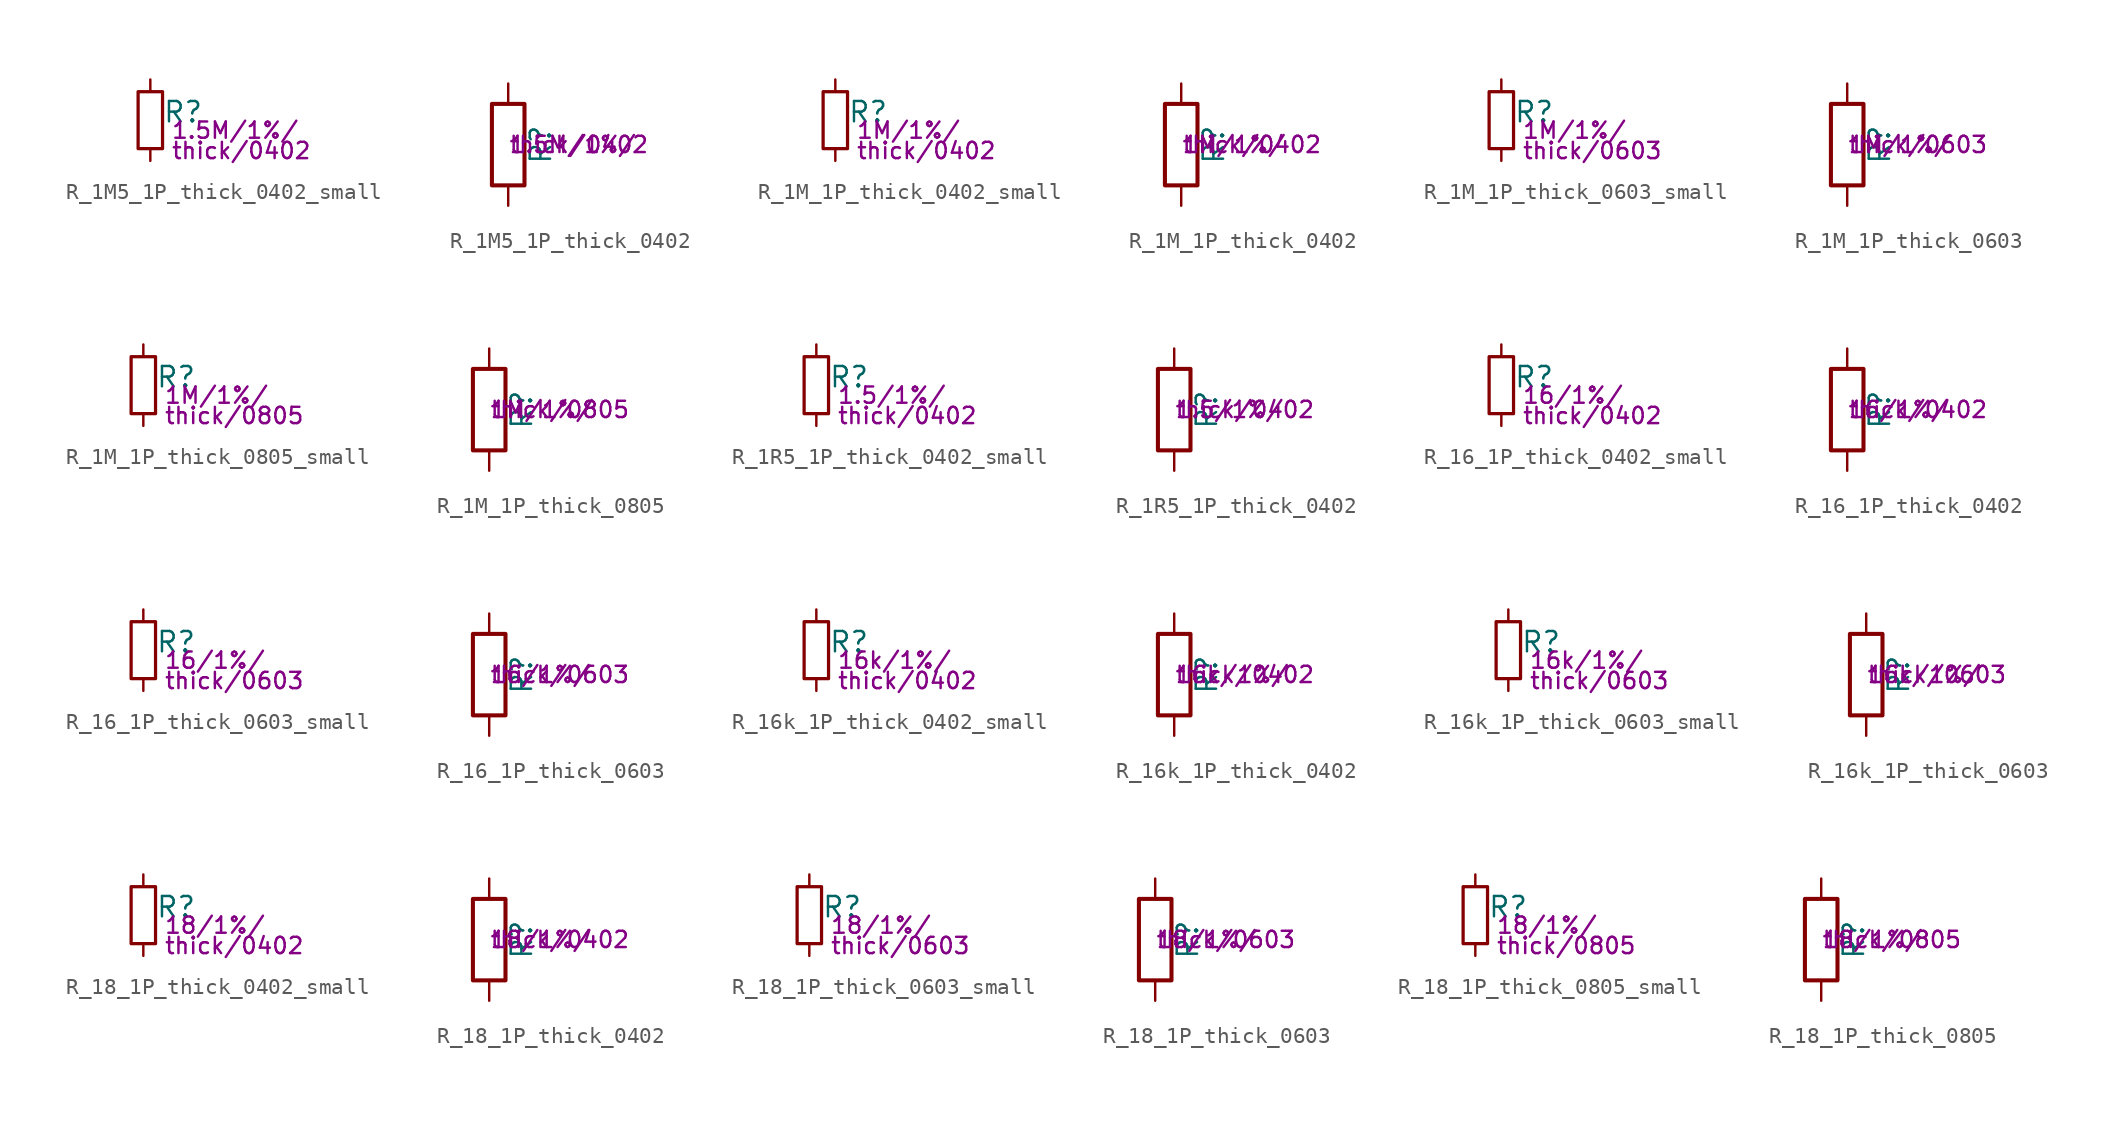
<source format=kicad_sym>
(kicad_symbol_lib
  (version 20211014)
  (generator kicad_symbol_editor)
  (symbol "R_1M5_1P_thick_0402_small"
    (pin_numbers hide)
    (pin_names
      (offset 0.254) hide)
    (property "Reference" "R"
      (at 0.762 0.508 0)
      (effects (font (size 1.27 1.27)) (justify left)))
    (property "Params" "1.5M/1%/"
      (at 1.27 -0.635 0)
      (effects (font (size 1.016 1.016)) (justify left)))
    (property "Params2" "thick/0402"
      (at 1.27 -1.905 0)
      (effects (font (size 1.016 1.016)) (justify left)))
    (symbol "R_1M5_1P_thick_0402_small_0_1"
      (rectangle (start -0.762 1.778) (end 0.762 -1.778) (stroke (width 0.203) (type default) (color 0 0 0 0)) (fill (type none))))
    (symbol "R_1M5_1P_thick_0402_small_1_1"
      (pin passive line (at 0 2.54 270) (length 0.762) (name "~" (effects (font (size 1.27 1.27)))) (number "1" (effects (font (size 1.27 1.27)))))
      (pin passive line (at 0 -2.54 90) (length 0.762) (name "~" (effects (font (size 1.27 1.27)))) (number "2" (effects (font (size 1.27 1.27)))))))
  (symbol "R_1M5_1P_thick_0402"
    (pin_numbers hide)
    (pin_names
      (offset 0))
    (property "Reference" "R"
      (at 2.032 0 90)
      (effects (font (size 1.27 1.27))))
    (property "Params" "1.5M/1%/"
      (at 0 0 0)
      (effects (font (size 1.016 1.016)) (justify left)))
    (property "Params2" "thick/0402"
      (at 0 0 0)
      (effects (font (size 1.016 1.016)) (justify left)))
    (symbol "R_1M5_1P_thick_0402_0_1"
      (rectangle (start -1.016 -2.54) (end 1.016 2.54) (stroke (width 0.254) (type default) (color 0 0 0 0)) (fill (type none))))
    (symbol "R_1M5_1P_thick_0402_1_1"
      (pin passive line (at 0 3.81 270) (length 1.27) (name "~" (effects (font (size 1.27 1.27)))) (number "1" (effects (font (size 1.27 1.27)))))
      (pin passive line (at 0 -3.81 90) (length 1.27) (name "~" (effects (font (size 1.27 1.27)))) (number "2" (effects (font (size 1.27 1.27)))))))
  (symbol "R_1M_1P_thick_0402_small"
    (pin_numbers hide)
    (pin_names
      (offset 0.254) hide)
    (property "Reference" "R"
      (at 0.762 0.508 0)
      (effects (font (size 1.27 1.27)) (justify left)))
    (property "Params" "1M/1%/"
      (at 1.27 -0.635 0)
      (effects (font (size 1.016 1.016)) (justify left)))
    (property "Params2" "thick/0402"
      (at 1.27 -1.905 0)
      (effects (font (size 1.016 1.016)) (justify left)))
    (symbol "R_1M_1P_thick_0402_small_0_1"
      (rectangle (start -0.762 1.778) (end 0.762 -1.778) (stroke (width 0.203) (type default) (color 0 0 0 0)) (fill (type none))))
    (symbol "R_1M_1P_thick_0402_small_1_1"
      (pin passive line (at 0 2.54 270) (length 0.762) (name "~" (effects (font (size 1.27 1.27)))) (number "1" (effects (font (size 1.27 1.27)))))
      (pin passive line (at 0 -2.54 90) (length 0.762) (name "~" (effects (font (size 1.27 1.27)))) (number "2" (effects (font (size 1.27 1.27)))))))
  (symbol "R_1M_1P_thick_0402"
    (pin_numbers hide)
    (pin_names
      (offset 0))
    (property "Reference" "R"
      (at 2.032 0 90)
      (effects (font (size 1.27 1.27))))
    (property "Params" "1M/1%/"
      (at 0 0 0)
      (effects (font (size 1.016 1.016)) (justify left)))
    (property "Params2" "thick/0402"
      (at 0 0 0)
      (effects (font (size 1.016 1.016)) (justify left)))
    (symbol "R_1M_1P_thick_0402_0_1"
      (rectangle (start -1.016 -2.54) (end 1.016 2.54) (stroke (width 0.254) (type default) (color 0 0 0 0)) (fill (type none))))
    (symbol "R_1M_1P_thick_0402_1_1"
      (pin passive line (at 0 3.81 270) (length 1.27) (name "~" (effects (font (size 1.27 1.27)))) (number "1" (effects (font (size 1.27 1.27)))))
      (pin passive line (at 0 -3.81 90) (length 1.27) (name "~" (effects (font (size 1.27 1.27)))) (number "2" (effects (font (size 1.27 1.27)))))))
  (symbol "R_1M_1P_thick_0603_small"
    (pin_numbers hide)
    (pin_names
      (offset 0.254) hide)
    (property "Reference" "R"
      (at 0.762 0.508 0)
      (effects (font (size 1.27 1.27)) (justify left)))
    (property "Params" "1M/1%/"
      (at 1.27 -0.635 0)
      (effects (font (size 1.016 1.016)) (justify left)))
    (property "Params2" "thick/0603"
      (at 1.27 -1.905 0)
      (effects (font (size 1.016 1.016)) (justify left)))
    (symbol "R_1M_1P_thick_0603_small_0_1"
      (rectangle (start -0.762 1.778) (end 0.762 -1.778) (stroke (width 0.203) (type default) (color 0 0 0 0)) (fill (type none))))
    (symbol "R_1M_1P_thick_0603_small_1_1"
      (pin passive line (at 0 2.54 270) (length 0.762) (name "~" (effects (font (size 1.27 1.27)))) (number "1" (effects (font (size 1.27 1.27)))))
      (pin passive line (at 0 -2.54 90) (length 0.762) (name "~" (effects (font (size 1.27 1.27)))) (number "2" (effects (font (size 1.27 1.27)))))))
  (symbol "R_1M_1P_thick_0603"
    (pin_numbers hide)
    (pin_names
      (offset 0))
    (property "Reference" "R"
      (at 2.032 0 90)
      (effects (font (size 1.27 1.27))))
    (property "Params" "1M/1%/"
      (at 0 0 0)
      (effects (font (size 1.016 1.016)) (justify left)))
    (property "Params2" "thick/0603"
      (at 0 0 0)
      (effects (font (size 1.016 1.016)) (justify left)))
    (symbol "R_1M_1P_thick_0603_0_1"
      (rectangle (start -1.016 -2.54) (end 1.016 2.54) (stroke (width 0.254) (type default) (color 0 0 0 0)) (fill (type none))))
    (symbol "R_1M_1P_thick_0603_1_1"
      (pin passive line (at 0 3.81 270) (length 1.27) (name "~" (effects (font (size 1.27 1.27)))) (number "1" (effects (font (size 1.27 1.27)))))
      (pin passive line (at 0 -3.81 90) (length 1.27) (name "~" (effects (font (size 1.27 1.27)))) (number "2" (effects (font (size 1.27 1.27)))))))
  (symbol "R_1M_1P_thick_0805_small"
    (pin_numbers hide)
    (pin_names
      (offset 0.254) hide)
    (property "Reference" "R"
      (at 0.762 0.508 0)
      (effects (font (size 1.27 1.27)) (justify left)))
    (property "Params" "1M/1%/"
      (at 1.27 -0.635 0)
      (effects (font (size 1.016 1.016)) (justify left)))
    (property "Params2" "thick/0805"
      (at 1.27 -1.905 0)
      (effects (font (size 1.016 1.016)) (justify left)))
    (symbol "R_1M_1P_thick_0805_small_0_1"
      (rectangle (start -0.762 1.778) (end 0.762 -1.778) (stroke (width 0.203) (type default) (color 0 0 0 0)) (fill (type none))))
    (symbol "R_1M_1P_thick_0805_small_1_1"
      (pin passive line (at 0 2.54 270) (length 0.762) (name "~" (effects (font (size 1.27 1.27)))) (number "1" (effects (font (size 1.27 1.27)))))
      (pin passive line (at 0 -2.54 90) (length 0.762) (name "~" (effects (font (size 1.27 1.27)))) (number "2" (effects (font (size 1.27 1.27)))))))
  (symbol "R_1M_1P_thick_0805"
    (pin_numbers hide)
    (pin_names
      (offset 0))
    (property "Reference" "R"
      (at 2.032 0 90)
      (effects (font (size 1.27 1.27))))
    (property "Params" "1M/1%/"
      (at 0 0 0)
      (effects (font (size 1.016 1.016)) (justify left)))
    (property "Params2" "thick/0805"
      (at 0 0 0)
      (effects (font (size 1.016 1.016)) (justify left)))
    (symbol "R_1M_1P_thick_0805_0_1"
      (rectangle (start -1.016 -2.54) (end 1.016 2.54) (stroke (width 0.254) (type default) (color 0 0 0 0)) (fill (type none))))
    (symbol "R_1M_1P_thick_0805_1_1"
      (pin passive line (at 0 3.81 270) (length 1.27) (name "~" (effects (font (size 1.27 1.27)))) (number "1" (effects (font (size 1.27 1.27)))))
      (pin passive line (at 0 -3.81 90) (length 1.27) (name "~" (effects (font (size 1.27 1.27)))) (number "2" (effects (font (size 1.27 1.27)))))))
  (symbol "R_1R5_1P_thick_0402_small"
    (pin_numbers hide)
    (pin_names
      (offset 0.254) hide)
    (property "Reference" "R"
      (at 0.762 0.508 0)
      (effects (font (size 1.27 1.27)) (justify left)))
    (property "Params" "1.5/1%/"
      (at 1.27 -0.635 0)
      (effects (font (size 1.016 1.016)) (justify left)))
    (property "Params2" "thick/0402"
      (at 1.27 -1.905 0)
      (effects (font (size 1.016 1.016)) (justify left)))
    (symbol "R_1R5_1P_thick_0402_small_0_1"
      (rectangle (start -0.762 1.778) (end 0.762 -1.778) (stroke (width 0.203) (type default) (color 0 0 0 0)) (fill (type none))))
    (symbol "R_1R5_1P_thick_0402_small_1_1"
      (pin passive line (at 0 2.54 270) (length 0.762) (name "~" (effects (font (size 1.27 1.27)))) (number "1" (effects (font (size 1.27 1.27)))))
      (pin passive line (at 0 -2.54 90) (length 0.762) (name "~" (effects (font (size 1.27 1.27)))) (number "2" (effects (font (size 1.27 1.27)))))))
  (symbol "R_1R5_1P_thick_0402"
    (pin_numbers hide)
    (pin_names
      (offset 0))
    (property "Reference" "R"
      (at 2.032 0 90)
      (effects (font (size 1.27 1.27))))
    (property "Params" "1.5/1%/"
      (at 0 0 0)
      (effects (font (size 1.016 1.016)) (justify left)))
    (property "Params2" "thick/0402"
      (at 0 0 0)
      (effects (font (size 1.016 1.016)) (justify left)))
    (symbol "R_1R5_1P_thick_0402_0_1"
      (rectangle (start -1.016 -2.54) (end 1.016 2.54) (stroke (width 0.254) (type default) (color 0 0 0 0)) (fill (type none))))
    (symbol "R_1R5_1P_thick_0402_1_1"
      (pin passive line (at 0 3.81 270) (length 1.27) (name "~" (effects (font (size 1.27 1.27)))) (number "1" (effects (font (size 1.27 1.27)))))
      (pin passive line (at 0 -3.81 90) (length 1.27) (name "~" (effects (font (size 1.27 1.27)))) (number "2" (effects (font (size 1.27 1.27)))))))
  (symbol "R_16_1P_thick_0402_small"
    (pin_numbers hide)
    (pin_names
      (offset 0.254) hide)
    (property "Reference" "R"
      (at 0.762 0.508 0)
      (effects (font (size 1.27 1.27)) (justify left)))
    (property "Params" "16/1%/"
      (at 1.27 -0.635 0)
      (effects (font (size 1.016 1.016)) (justify left)))
    (property "Params2" "thick/0402"
      (at 1.27 -1.905 0)
      (effects (font (size 1.016 1.016)) (justify left)))
    (symbol "R_16_1P_thick_0402_small_0_1"
      (rectangle (start -0.762 1.778) (end 0.762 -1.778) (stroke (width 0.203) (type default) (color 0 0 0 0)) (fill (type none))))
    (symbol "R_16_1P_thick_0402_small_1_1"
      (pin passive line (at 0 2.54 270) (length 0.762) (name "~" (effects (font (size 1.27 1.27)))) (number "1" (effects (font (size 1.27 1.27)))))
      (pin passive line (at 0 -2.54 90) (length 0.762) (name "~" (effects (font (size 1.27 1.27)))) (number "2" (effects (font (size 1.27 1.27)))))))
  (symbol "R_16_1P_thick_0402"
    (pin_numbers hide)
    (pin_names
      (offset 0))
    (property "Reference" "R"
      (at 2.032 0 90)
      (effects (font (size 1.27 1.27))))
    (property "Params" "16/1%/"
      (at 0 0 0)
      (effects (font (size 1.016 1.016)) (justify left)))
    (property "Params2" "thick/0402"
      (at 0 0 0)
      (effects (font (size 1.016 1.016)) (justify left)))
    (symbol "R_16_1P_thick_0402_0_1"
      (rectangle (start -1.016 -2.54) (end 1.016 2.54) (stroke (width 0.254) (type default) (color 0 0 0 0)) (fill (type none))))
    (symbol "R_16_1P_thick_0402_1_1"
      (pin passive line (at 0 3.81 270) (length 1.27) (name "~" (effects (font (size 1.27 1.27)))) (number "1" (effects (font (size 1.27 1.27)))))
      (pin passive line (at 0 -3.81 90) (length 1.27) (name "~" (effects (font (size 1.27 1.27)))) (number "2" (effects (font (size 1.27 1.27)))))))
  (symbol "R_16_1P_thick_0603_small"
    (pin_numbers hide)
    (pin_names
      (offset 0.254) hide)
    (property "Reference" "R"
      (at 0.762 0.508 0)
      (effects (font (size 1.27 1.27)) (justify left)))
    (property "Params" "16/1%/"
      (at 1.27 -0.635 0)
      (effects (font (size 1.016 1.016)) (justify left)))
    (property "Params2" "thick/0603"
      (at 1.27 -1.905 0)
      (effects (font (size 1.016 1.016)) (justify left)))
    (symbol "R_16_1P_thick_0603_small_0_1"
      (rectangle (start -0.762 1.778) (end 0.762 -1.778) (stroke (width 0.203) (type default) (color 0 0 0 0)) (fill (type none))))
    (symbol "R_16_1P_thick_0603_small_1_1"
      (pin passive line (at 0 2.54 270) (length 0.762) (name "~" (effects (font (size 1.27 1.27)))) (number "1" (effects (font (size 1.27 1.27)))))
      (pin passive line (at 0 -2.54 90) (length 0.762) (name "~" (effects (font (size 1.27 1.27)))) (number "2" (effects (font (size 1.27 1.27)))))))
  (symbol "R_16_1P_thick_0603"
    (pin_numbers hide)
    (pin_names
      (offset 0))
    (property "Reference" "R"
      (at 2.032 0 90)
      (effects (font (size 1.27 1.27))))
    (property "Params" "16/1%/"
      (at 0 0 0)
      (effects (font (size 1.016 1.016)) (justify left)))
    (property "Params2" "thick/0603"
      (at 0 0 0)
      (effects (font (size 1.016 1.016)) (justify left)))
    (symbol "R_16_1P_thick_0603_0_1"
      (rectangle (start -1.016 -2.54) (end 1.016 2.54) (stroke (width 0.254) (type default) (color 0 0 0 0)) (fill (type none))))
    (symbol "R_16_1P_thick_0603_1_1"
      (pin passive line (at 0 3.81 270) (length 1.27) (name "~" (effects (font (size 1.27 1.27)))) (number "1" (effects (font (size 1.27 1.27)))))
      (pin passive line (at 0 -3.81 90) (length 1.27) (name "~" (effects (font (size 1.27 1.27)))) (number "2" (effects (font (size 1.27 1.27)))))))
  (symbol "R_16k_1P_thick_0402_small"
    (pin_numbers hide)
    (pin_names
      (offset 0.254) hide)
    (property "Reference" "R"
      (at 0.762 0.508 0)
      (effects (font (size 1.27 1.27)) (justify left)))
    (property "Params" "16k/1%/"
      (at 1.27 -0.635 0)
      (effects (font (size 1.016 1.016)) (justify left)))
    (property "Params2" "thick/0402"
      (at 1.27 -1.905 0)
      (effects (font (size 1.016 1.016)) (justify left)))
    (symbol "R_16k_1P_thick_0402_small_0_1"
      (rectangle (start -0.762 1.778) (end 0.762 -1.778) (stroke (width 0.203) (type default) (color 0 0 0 0)) (fill (type none))))
    (symbol "R_16k_1P_thick_0402_small_1_1"
      (pin passive line (at 0 2.54 270) (length 0.762) (name "~" (effects (font (size 1.27 1.27)))) (number "1" (effects (font (size 1.27 1.27)))))
      (pin passive line (at 0 -2.54 90) (length 0.762) (name "~" (effects (font (size 1.27 1.27)))) (number "2" (effects (font (size 1.27 1.27)))))))
  (symbol "R_16k_1P_thick_0402"
    (pin_numbers hide)
    (pin_names
      (offset 0))
    (property "Reference" "R"
      (at 2.032 0 90)
      (effects (font (size 1.27 1.27))))
    (property "Params" "16k/1%/"
      (at 0 0 0)
      (effects (font (size 1.016 1.016)) (justify left)))
    (property "Params2" "thick/0402"
      (at 0 0 0)
      (effects (font (size 1.016 1.016)) (justify left)))
    (symbol "R_16k_1P_thick_0402_0_1"
      (rectangle (start -1.016 -2.54) (end 1.016 2.54) (stroke (width 0.254) (type default) (color 0 0 0 0)) (fill (type none))))
    (symbol "R_16k_1P_thick_0402_1_1"
      (pin passive line (at 0 3.81 270) (length 1.27) (name "~" (effects (font (size 1.27 1.27)))) (number "1" (effects (font (size 1.27 1.27)))))
      (pin passive line (at 0 -3.81 90) (length 1.27) (name "~" (effects (font (size 1.27 1.27)))) (number "2" (effects (font (size 1.27 1.27)))))))
  (symbol "R_16k_1P_thick_0603_small"
    (pin_numbers hide)
    (pin_names
      (offset 0.254) hide)
    (property "Reference" "R"
      (at 0.762 0.508 0)
      (effects (font (size 1.27 1.27)) (justify left)))
    (property "Params" "16k/1%/"
      (at 1.27 -0.635 0)
      (effects (font (size 1.016 1.016)) (justify left)))
    (property "Params2" "thick/0603"
      (at 1.27 -1.905 0)
      (effects (font (size 1.016 1.016)) (justify left)))
    (symbol "R_16k_1P_thick_0603_small_0_1"
      (rectangle (start -0.762 1.778) (end 0.762 -1.778) (stroke (width 0.203) (type default) (color 0 0 0 0)) (fill (type none))))
    (symbol "R_16k_1P_thick_0603_small_1_1"
      (pin passive line (at 0 2.54 270) (length 0.762) (name "~" (effects (font (size 1.27 1.27)))) (number "1" (effects (font (size 1.27 1.27)))))
      (pin passive line (at 0 -2.54 90) (length 0.762) (name "~" (effects (font (size 1.27 1.27)))) (number "2" (effects (font (size 1.27 1.27)))))))
  (symbol "R_16k_1P_thick_0603"
    (pin_numbers hide)
    (pin_names
      (offset 0))
    (property "Reference" "R"
      (at 2.032 0 90)
      (effects (font (size 1.27 1.27))))
    (property "Params" "16k/1%/"
      (at 0 0 0)
      (effects (font (size 1.016 1.016)) (justify left)))
    (property "Params2" "thick/0603"
      (at 0 0 0)
      (effects (font (size 1.016 1.016)) (justify left)))
    (symbol "R_16k_1P_thick_0603_0_1"
      (rectangle (start -1.016 -2.54) (end 1.016 2.54) (stroke (width 0.254) (type default) (color 0 0 0 0)) (fill (type none))))
    (symbol "R_16k_1P_thick_0603_1_1"
      (pin passive line (at 0 3.81 270) (length 1.27) (name "~" (effects (font (size 1.27 1.27)))) (number "1" (effects (font (size 1.27 1.27)))))
      (pin passive line (at 0 -3.81 90) (length 1.27) (name "~" (effects (font (size 1.27 1.27)))) (number "2" (effects (font (size 1.27 1.27)))))))
  (symbol "R_18_1P_thick_0402_small"
    (pin_numbers hide)
    (pin_names
      (offset 0.254) hide)
    (property "Reference" "R"
      (at 0.762 0.508 0)
      (effects (font (size 1.27 1.27)) (justify left)))
    (property "Params" "18/1%/"
      (at 1.27 -0.635 0)
      (effects (font (size 1.016 1.016)) (justify left)))
    (property "Params2" "thick/0402"
      (at 1.27 -1.905 0)
      (effects (font (size 1.016 1.016)) (justify left)))
    (symbol "R_18_1P_thick_0402_small_0_1"
      (rectangle (start -0.762 1.778) (end 0.762 -1.778) (stroke (width 0.203) (type default) (color 0 0 0 0)) (fill (type none))))
    (symbol "R_18_1P_thick_0402_small_1_1"
      (pin passive line (at 0 2.54 270) (length 0.762) (name "~" (effects (font (size 1.27 1.27)))) (number "1" (effects (font (size 1.27 1.27)))))
      (pin passive line (at 0 -2.54 90) (length 0.762) (name "~" (effects (font (size 1.27 1.27)))) (number "2" (effects (font (size 1.27 1.27)))))))
  (symbol "R_18_1P_thick_0402"
    (pin_numbers hide)
    (pin_names
      (offset 0))
    (property "Reference" "R"
      (at 2.032 0 90)
      (effects (font (size 1.27 1.27))))
    (property "Params" "18/1%/"
      (at 0 0 0)
      (effects (font (size 1.016 1.016)) (justify left)))
    (property "Params2" "thick/0402"
      (at 0 0 0)
      (effects (font (size 1.016 1.016)) (justify left)))
    (symbol "R_18_1P_thick_0402_0_1"
      (rectangle (start -1.016 -2.54) (end 1.016 2.54) (stroke (width 0.254) (type default) (color 0 0 0 0)) (fill (type none))))
    (symbol "R_18_1P_thick_0402_1_1"
      (pin passive line (at 0 3.81 270) (length 1.27) (name "~" (effects (font (size 1.27 1.27)))) (number "1" (effects (font (size 1.27 1.27)))))
      (pin passive line (at 0 -3.81 90) (length 1.27) (name "~" (effects (font (size 1.27 1.27)))) (number "2" (effects (font (size 1.27 1.27)))))))
  (symbol "R_18_1P_thick_0603_small"
    (pin_numbers hide)
    (pin_names
      (offset 0.254) hide)
    (property "Reference" "R"
      (at 0.762 0.508 0)
      (effects (font (size 1.27 1.27)) (justify left)))
    (property "Params" "18/1%/"
      (at 1.27 -0.635 0)
      (effects (font (size 1.016 1.016)) (justify left)))
    (property "Params2" "thick/0603"
      (at 1.27 -1.905 0)
      (effects (font (size 1.016 1.016)) (justify left)))
    (symbol "R_18_1P_thick_0603_small_0_1"
      (rectangle (start -0.762 1.778) (end 0.762 -1.778) (stroke (width 0.203) (type default) (color 0 0 0 0)) (fill (type none))))
    (symbol "R_18_1P_thick_0603_small_1_1"
      (pin passive line (at 0 2.54 270) (length 0.762) (name "~" (effects (font (size 1.27 1.27)))) (number "1" (effects (font (size 1.27 1.27)))))
      (pin passive line (at 0 -2.54 90) (length 0.762) (name "~" (effects (font (size 1.27 1.27)))) (number "2" (effects (font (size 1.27 1.27)))))))
  (symbol "R_18_1P_thick_0603"
    (pin_numbers hide)
    (pin_names
      (offset 0))
    (property "Reference" "R"
      (at 2.032 0 90)
      (effects (font (size 1.27 1.27))))
    (property "Params" "18/1%/"
      (at 0 0 0)
      (effects (font (size 1.016 1.016)) (justify left)))
    (property "Params2" "thick/0603"
      (at 0 0 0)
      (effects (font (size 1.016 1.016)) (justify left)))
    (symbol "R_18_1P_thick_0603_0_1"
      (rectangle (start -1.016 -2.54) (end 1.016 2.54) (stroke (width 0.254) (type default) (color 0 0 0 0)) (fill (type none))))
    (symbol "R_18_1P_thick_0603_1_1"
      (pin passive line (at 0 3.81 270) (length 1.27) (name "~" (effects (font (size 1.27 1.27)))) (number "1" (effects (font (size 1.27 1.27)))))
      (pin passive line (at 0 -3.81 90) (length 1.27) (name "~" (effects (font (size 1.27 1.27)))) (number "2" (effects (font (size 1.27 1.27)))))))
  (symbol "R_18_1P_thick_0805_small"
    (pin_numbers hide)
    (pin_names
      (offset 0.254) hide)
    (property "Reference" "R"
      (at 0.762 0.508 0)
      (effects (font (size 1.27 1.27)) (justify left)))
    (property "Params" "18/1%/"
      (at 1.27 -0.635 0)
      (effects (font (size 1.016 1.016)) (justify left)))
    (property "Params2" "thick/0805"
      (at 1.27 -1.905 0)
      (effects (font (size 1.016 1.016)) (justify left)))
    (symbol "R_18_1P_thick_0805_small_0_1"
      (rectangle (start -0.762 1.778) (end 0.762 -1.778) (stroke (width 0.203) (type default) (color 0 0 0 0)) (fill (type none))))
    (symbol "R_18_1P_thick_0805_small_1_1"
      (pin passive line (at 0 2.54 270) (length 0.762) (name "~" (effects (font (size 1.27 1.27)))) (number "1" (effects (font (size 1.27 1.27)))))
      (pin passive line (at 0 -2.54 90) (length 0.762) (name "~" (effects (font (size 1.27 1.27)))) (number "2" (effects (font (size 1.27 1.27)))))))
  (symbol "R_18_1P_thick_0805"
    (pin_numbers hide)
    (pin_names
      (offset 0))
    (property "Reference" "R"
      (at 2.032 0 90)
      (effects (font (size 1.27 1.27))))
    (property "Params" "18/1%/"
      (at 0 0 0)
      (effects (font (size 1.016 1.016)) (justify left)))
    (property "Params2" "thick/0805"
      (at 0 0 0)
      (effects (font (size 1.016 1.016)) (justify left)))
    (symbol "R_18_1P_thick_0805_0_1"
      (rectangle (start -1.016 -2.54) (end 1.016 2.54) (stroke (width 0.254) (type default) (color 0 0 0 0)) (fill (type none))))
    (symbol "R_18_1P_thick_0805_1_1"
      (pin passive line (at 0 3.81 270) (length 1.27) (name "~" (effects (font (size 1.27 1.27)))) (number "1" (effects (font (size 1.27 1.27)))))
      (pin passive line (at 0 -3.81 90) (length 1.27) (name "~" (effects (font (size 1.27 1.27)))) (number "2" (effects (font (size 1.27 1.27))))))))
</source>
